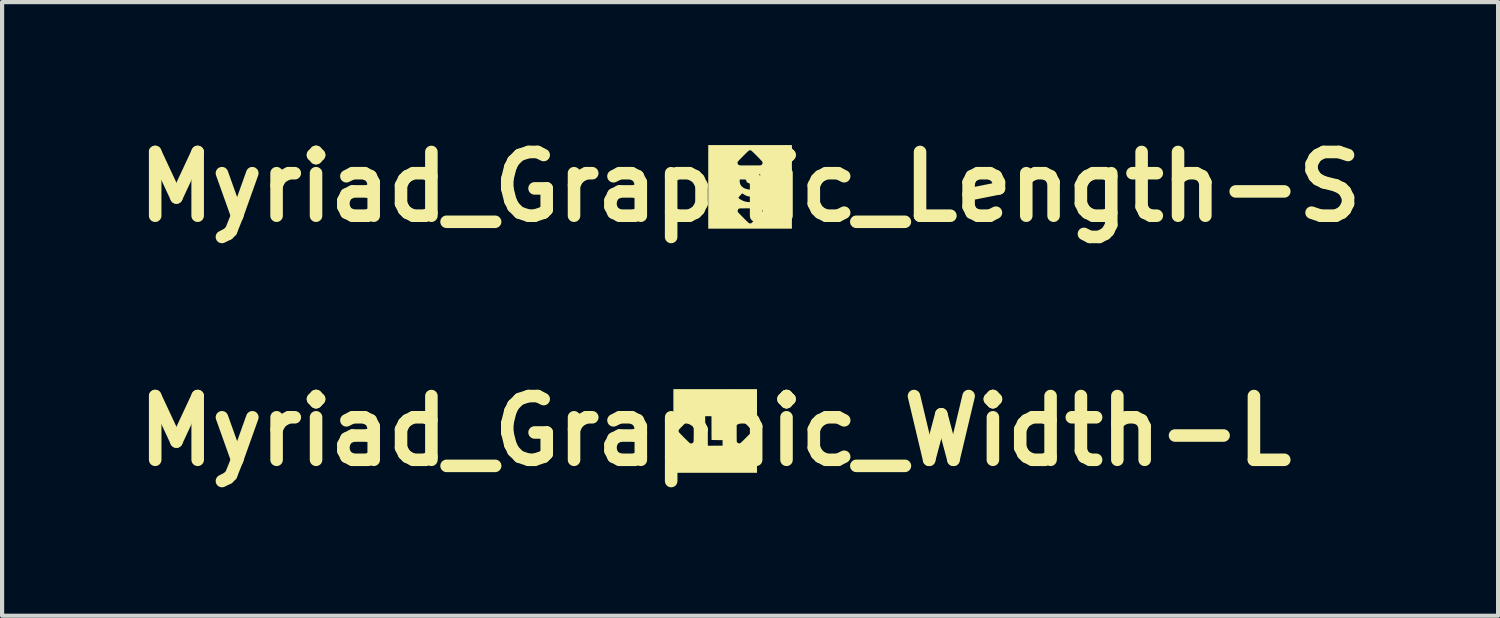
<source format=kicad_pcb>
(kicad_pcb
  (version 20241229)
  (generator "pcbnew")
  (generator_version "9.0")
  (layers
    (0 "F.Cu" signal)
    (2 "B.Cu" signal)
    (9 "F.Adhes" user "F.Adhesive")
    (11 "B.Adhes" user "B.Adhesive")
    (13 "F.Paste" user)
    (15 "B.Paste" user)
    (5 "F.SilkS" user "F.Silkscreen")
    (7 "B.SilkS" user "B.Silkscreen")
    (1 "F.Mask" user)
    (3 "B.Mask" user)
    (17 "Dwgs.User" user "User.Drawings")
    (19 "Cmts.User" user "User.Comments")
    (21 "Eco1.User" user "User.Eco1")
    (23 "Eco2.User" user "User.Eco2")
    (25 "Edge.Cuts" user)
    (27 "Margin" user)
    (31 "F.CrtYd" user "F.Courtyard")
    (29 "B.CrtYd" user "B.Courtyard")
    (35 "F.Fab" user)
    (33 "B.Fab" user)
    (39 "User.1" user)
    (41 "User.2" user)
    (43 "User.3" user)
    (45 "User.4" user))
  (footprint "Myriad_Graphic_Length-S"
    (layer "F.Cu")
    (at 14.884 1.418)
    (property "Reference" "Myriad_Graphic_Length-S" (at 0 0 0) (layer "F.SilkS") (effects (font (size 1.524 1.524) (thickness 0.3))))
    (attr exclude_from_pos_files exclude_from_bom)
    (fp_poly (pts (xy 1 1) (xy -1 1) (xy -1 0.583) (xy -0.296 0.583) (xy -0.292 0.599) (xy -0.289 0.604) (xy -0.281 0.613) (xy -0.271 0.625) (xy -0.257 0.64) (xy -0.241 0.657) (xy -0.222 0.676) (xy -0.202 0.696) (xy -0.181 0.717) (xy -0.16 0.739) (xy -0.138 0.761) (xy -0.117 0.782) (xy -0.097 0.801) (xy -0.078 0.82) (xy -0.061 0.836) (xy -0.047 0.849) (xy -0.035 0.86) (xy -0.027 0.866) (xy -0.023 0.869) (xy -0.005 0.874) (xy 0.013 0.873) (xy 0.027 0.869) (xy 0.032 0.865) (xy 0.041 0.858) (xy 0.053 0.846) (xy 0.069 0.831) (xy 0.089 0.812) (xy 0.113 0.788) (xy 0.141 0.76) (xy 0.164 0.737) (xy 0.192 0.708) (xy 0.216 0.684) (xy 0.237 0.663) (xy 0.253 0.646) (xy 0.267 0.631) (xy 0.278 0.619) (xy 0.286 0.609) (xy 0.292 0.601) (xy 0.296 0.594) (xy 0.298 0.588) (xy 0.299 0.582) (xy 0.3 0.576) (xy 0.299 0.571) (xy 0.299 0.568) (xy 0.294 0.549) (xy 0.284 0.534) (xy 0.269 0.523) (xy 0.251 0.516) (xy 0.24 0.514) (xy 0.233 0.514) (xy 0.222 0.514) (xy 0.204 0.513) (xy 0.183 0.513) (xy 0.157 0.513) (xy 0.127 0.513) (xy 0.095 0.513) (xy 0.06 0.513) (xy 0.023 0.513) (xy -0.016 0.513) (xy -0.017 0.513) (xy -0.062 0.513) (xy -0.1 0.513) (xy -0.134 0.514) (xy -0.162 0.514) (xy -0.186 0.514) (xy -0.206 0.514) (xy -0.221 0.515) (xy -0.234 0.515) (xy -0.244 0.516) (xy -0.251 0.516) (xy -0.257 0.517) (xy -0.26 0.518) (xy -0.263 0.519) (xy -0.264 0.519) (xy -0.279 0.531) (xy -0.29 0.546) (xy -0.296 0.564) (xy -0.296 0.583) (xy -1 0.583) (xy -1 0.258) (xy -0.278 0.258) (xy -0.276 0.264) (xy -0.269 0.273) (xy -0.258 0.282) (xy -0.244 0.292) (xy -0.227 0.303) (xy -0.208 0.314) (xy -0.187 0.324) (xy -0.166 0.334) (xy -0.146 0.342) (xy -0.141 0.343) (xy -0.123 0.349) (xy -0.105 0.353) (xy -0.085 0.357) (xy -0.064 0.361) (xy -0.046 0.363) (xy -0.023 0.364) (xy 0.002 0.364) (xy 0.028 0.364) (xy 0.053 0.362) (xy 0.075 0.359) (xy 0.091 0.357) (xy 0.11 0.352) (xy 0.126 0.347) (xy 0.141 0.341) (xy 0.158 0.334) (xy 0.164 0.331) (xy 0.192 0.314) (xy 0.218 0.292) (xy 0.24 0.266) (xy 0.257 0.237) (xy 0.268 0.212) (xy 0.271 0.2) (xy 0.274 0.19) (xy 0.275 0.179) (xy 0.276 0.167) (xy 0.276 0.15) (xy 0.276 0.144) (xy 0.276 0.121) (xy 0.275 0.104) (xy 0.273 0.089) (xy 0.271 0.082) (xy 0.259 0.049) (xy 0.244 0.021) (xy 0.223 -0.003) (xy 0.205 -0.018) (xy 0.189 -0.029) (xy 0.172 -0.039) (xy 0.155 -0.047) (xy 0.136 -0.054) (xy 0.113 -0.06) (xy 0.087 -0.066) (xy 0.055 -0.072) (xy 0.046 -0.073) (xy 0.019 -0.078) (xy -0.002 -0.082) (xy -0.019 -0.086) (xy -0.032 -0.089) (xy -0.043 -0.093) (xy -0.052 -0.097) (xy -0.06 -0.101) (xy -0.064 -0.104) (xy -0.079 -0.117) (xy -0.088 -0.132) (xy -0.091 -0.15) (xy -0.092 -0.156) (xy -0.089 -0.177) (xy -0.081 -0.196) (xy -0.068 -0.21) (xy -0.049 -0.222) (xy -0.035 -0.227) (xy -0.024 -0.23) (xy -0.011 -0.231) (xy 0.004 -0.231) (xy 0.015 -0.23) (xy 0.041 -0.228) (xy 0.064 -0.224) (xy 0.088 -0.217) (xy 0.112 -0.207) (xy 0.139 -0.194) (xy 0.153 -0.186) (xy 0.163 -0.18) (xy 0.17 -0.178) (xy 0.174 -0.177) (xy 0.177 -0.179) (xy 0.178 -0.18) (xy 0.182 -0.184) (xy 0.189 -0.193) (xy 0.197 -0.205) (xy 0.206 -0.218) (xy 0.215 -0.233) (xy 0.225 -0.247) (xy 0.233 -0.26) (xy 0.24 -0.272) (xy 0.245 -0.28) (xy 0.247 -0.284) (xy 0.247 -0.284) (xy 0.244 -0.289) (xy 0.237 -0.295) (xy 0.226 -0.303) (xy 0.212 -0.312) (xy 0.197 -0.32) (xy 0.181 -0.328) (xy 0.137 -0.345) (xy 0.089 -0.357) (xy 0.04 -0.364) (xy -0.01 -0.365) (xy -0.013 -0.365) (xy -0.051 -0.361) (xy -0.085 -0.355) (xy -0.115 -0.346) (xy -0.143 -0.333) (xy -0.161 -0.322) (xy -0.188 -0.299) (xy -0.211 -0.273) (xy -0.229 -0.244) (xy -0.24 -0.217) (xy -0.243 -0.206) (xy -0.246 -0.196) (xy -0.247 -0.185) (xy -0.248 -0.172) (xy -0.248 -0.154) (xy -0.248 -0.15) (xy -0.248 -0.131) (xy -0.248 -0.117) (xy -0.246 -0.106) (xy -0.244 -0.096) (xy -0.241 -0.085) (xy -0.241 -0.084) (xy -0.229 -0.054) (xy -0.214 -0.028) (xy -0.194 -0.006) (xy -0.168 0.014) (xy -0.167 0.015) (xy -0.15 0.026) (xy -0.133 0.035) (xy -0.113 0.042) (xy -0.092 0.049) (xy -0.067 0.056) (xy -0.037 0.061) (xy -0.003 0.067) (xy 0.005 0.069) (xy 0.037 0.074) (xy 0.063 0.081) (xy 0.083 0.089) (xy 0.099 0.099) (xy 0.11 0.11) (xy 0.116 0.124) (xy 0.119 0.14) (xy 0.12 0.149) (xy 0.117 0.17) (xy 0.108 0.189) (xy 0.094 0.205) (xy 0.075 0.217) (xy 0.059 0.224) (xy 0.045 0.227) (xy 0.027 0.229) (xy 0.006 0.23) (xy -0.015 0.229) (xy -0.036 0.228) (xy -0.053 0.225) (xy -0.056 0.224) (xy -0.077 0.217) (xy -0.101 0.207) (xy -0.125 0.194) (xy -0.148 0.181) (xy -0.159 0.174) (xy -0.17 0.166) (xy -0.18 0.16) (xy -0.186 0.157) (xy -0.188 0.156) (xy -0.191 0.159) (xy -0.198 0.165) (xy -0.207 0.174) (xy -0.218 0.186) (xy -0.229 0.199) (xy -0.241 0.212) (xy -0.252 0.226) (xy -0.263 0.238) (xy -0.271 0.248) (xy -0.276 0.255) (xy -0.278 0.258) (xy -1 0.258) (xy -1 -0.579) (xy -0.3 -0.579) (xy -0.3 -0.573) (xy -0.299 -0.568) (xy -0.294 -0.55) (xy -0.284 -0.535) (xy -0.27 -0.523) (xy -0.252 -0.516) (xy -0.251 -0.515) (xy -0.245 -0.515) (xy -0.234 -0.515) (xy -0.218 -0.514) (xy -0.198 -0.514) (xy -0.173 -0.514) (xy -0.146 -0.513) (xy -0.115 -0.513) (xy -0.083 -0.513) (xy -0.049 -0.513) (xy -0.015 -0.513) (xy 0.02 -0.513) (xy 0.054 -0.513) (xy 0.088 -0.513) (xy 0.12 -0.513) (xy 0.15 -0.513) (xy 0.177 -0.514) (xy 0.2 -0.514) (xy 0.22 -0.514) (xy 0.235 -0.515) (xy 0.245 -0.515) (xy 0.249 -0.515) (xy 0.267 -0.522) (xy 0.282 -0.532) (xy 0.292 -0.546) (xy 0.298 -0.562) (xy 0.299 -0.58) (xy 0.294 -0.598) (xy 0.291 -0.603) (xy 0.283 -0.612) (xy 0.272 -0.625) (xy 0.258 -0.64) (xy 0.241 -0.658) (xy 0.223 -0.678) (xy 0.203 -0.698) (xy 0.182 -0.72) (xy 0.16 -0.742) (xy 0.138 -0.764) (xy 0.117 -0.785) (xy 0.097 -0.804) (xy 0.079 -0.822) (xy 0.062 -0.838) (xy 0.048 -0.851) (xy 0.037 -0.861) (xy 0.029 -0.867) (xy 0.027 -0.869) (xy 0.009 -0.874) (xy -0.01 -0.874) (xy -0.027 -0.869) (xy -0.032 -0.865) (xy -0.042 -0.857) (xy -0.056 -0.844) (xy -0.074 -0.827) (xy -0.096 -0.805) (xy -0.123 -0.779) (xy -0.154 -0.748) (xy -0.166 -0.736) (xy -0.194 -0.707) (xy -0.218 -0.683) (xy -0.238 -0.663) (xy -0.254 -0.646) (xy -0.268 -0.632) (xy -0.278 -0.62) (xy -0.286 -0.61) (xy -0.292 -0.602) (xy -0.296 -0.595) (xy -0.299 -0.589) (xy -0.3 -0.584) (xy -0.3 -0.579) (xy -1 -0.579) (xy -1 -1) (xy 1 -1)) (stroke (width 0) (type solid)) (fill yes) (layer "F.SilkS")))
  (footprint "Myriad_Graphic_Width-L"
    (layer "F.Cu")
    (at 14.05 7.254)
    (property "Reference" "Myriad_Graphic_Width-L" (at 0 0 0) (layer "F.SilkS") (effects (font (size 1.524 1.524) (thickness 0.3))))
    (attr exclude_from_pos_files exclude_from_bom)
    (fp_poly (pts (xy 1 1) (xy -1 1) (xy -1 -0.009) (xy -0.874 -0.009) (xy -0.874 0.01) (xy -0.869 0.027) (xy -0.866 0.031) (xy -0.858 0.04) (xy -0.847 0.052) (xy -0.833 0.067) (xy -0.817 0.084) (xy -0.798 0.103) (xy -0.778 0.123) (xy -0.757 0.145) (xy -0.736 0.166) (xy -0.714 0.188) (xy -0.693 0.208) (xy -0.673 0.228) (xy -0.654 0.246) (xy -0.637 0.262) (xy -0.623 0.276) (xy -0.612 0.286) (xy -0.604 0.293) (xy -0.6 0.295) (xy -0.588 0.298) (xy -0.573 0.299) (xy -0.558 0.297) (xy -0.546 0.292) (xy -0.545 0.292) (xy -0.532 0.281) (xy -0.521 0.266) (xy -0.519 0.264) (xy -0.518 0.262) (xy -0.518 0.259) (xy -0.517 0.255) (xy -0.516 0.249) (xy -0.516 0.241) (xy -0.515 0.231) (xy -0.515 0.218) (xy -0.514 0.201) (xy -0.514 0.181) (xy -0.514 0.17) (xy -0.24 0.17) (xy -0.24 0.207) (xy -0.24 0.24) (xy -0.24 0.27) (xy -0.24 0.296) (xy -0.24 0.317) (xy -0.24 0.333) (xy -0.239 0.344) (xy -0.239 0.349) (xy -0.239 0.349) (xy -0.238 0.35) (xy -0.234 0.351) (xy -0.227 0.351) (xy -0.217 0.352) (xy -0.203 0.352) (xy -0.186 0.352) (xy -0.164 0.352) (xy -0.137 0.353) (xy -0.106 0.353) (xy -0.069 0.353) (xy -0.026 0.352) (xy 0.001 0.352) (xy 0.239 0.352) (xy 0.239 0.22) (xy 0.077 0.219) (xy 0.045 0.218) (xy 0.016 0.218) (xy -0.011 0.218) (xy -0.034 0.217) (xy -0.054 0.217) (xy -0.07 0.217) (xy -0.081 0.217) (xy -0.086 0.216) (xy -0.087 0.216) (xy -0.087 0.213) (xy -0.087 0.204) (xy -0.087 0.19) (xy -0.087 0.171) (xy -0.087 0.147) (xy -0.088 0.119) (xy -0.088 0.088) (xy -0.088 0.053) (xy -0.088 0.016) (xy -0.088 0) (xy 0.514 0) (xy 0.514 0.046) (xy 0.514 0.086) (xy 0.514 0.121) (xy 0.514 0.151) (xy 0.514 0.177) (xy 0.515 0.198) (xy 0.515 0.215) (xy 0.515 0.229) (xy 0.516 0.24) (xy 0.516 0.248) (xy 0.517 0.254) (xy 0.517 0.259) (xy 0.518 0.262) (xy 0.519 0.264) (xy 0.519 0.264) (xy 0.531 0.279) (xy 0.546 0.29) (xy 0.564 0.296) (xy 0.583 0.296) (xy 0.599 0.292) (xy 0.604 0.289) (xy 0.613 0.281) (xy 0.625 0.271) (xy 0.64 0.257) (xy 0.657 0.24) (xy 0.676 0.222) (xy 0.696 0.202) (xy 0.718 0.181) (xy 0.739 0.16) (xy 0.761 0.138) (xy 0.782 0.117) (xy 0.801 0.097) (xy 0.82 0.078) (xy 0.836 0.061) (xy 0.849 0.047) (xy 0.86 0.035) (xy 0.866 0.027) (xy 0.869 0.023) (xy 0.874 0.005) (xy 0.873 -0.013) (xy 0.869 -0.027) (xy 0.865 -0.032) (xy 0.857 -0.042) (xy 0.846 -0.054) (xy 0.831 -0.069) (xy 0.814 -0.087) (xy 0.795 -0.106) (xy 0.775 -0.127) (xy 0.754 -0.148) (xy 0.732 -0.17) (xy 0.71 -0.191) (xy 0.689 -0.212) (xy 0.668 -0.231) (xy 0.65 -0.249) (xy 0.633 -0.265) (xy 0.619 -0.277) (xy 0.607 -0.287) (xy 0.6 -0.293) (xy 0.597 -0.295) (xy 0.579 -0.299) (xy 0.562 -0.298) (xy 0.545 -0.292) (xy 0.531 -0.28) (xy 0.523 -0.269) (xy 0.514 -0.255) (xy 0.514 0) (xy -0.088 0) (xy -0.088 -0.024) (xy -0.088 -0.065) (xy -0.088 -0.068) (xy -0.089 -0.352) (xy -0.239 -0.352) (xy -0.24 -0.003) (xy -0.24 0.043) (xy -0.24 0.088) (xy -0.24 0.13) (xy -0.24 0.17) (xy -0.514 0.17) (xy -0.514 0.156) (xy -0.514 0.127) (xy -0.513 0.093) (xy -0.513 0.053) (xy -0.513 0.017) (xy -0.513 -0.021) (xy -0.513 -0.058) (xy -0.513 -0.094) (xy -0.513 -0.126) (xy -0.513 -0.156) (xy -0.513 -0.182) (xy -0.513 -0.204) (xy -0.514 -0.221) (xy -0.514 -0.233) (xy -0.514 -0.24) (xy -0.514 -0.24) (xy -0.519 -0.26) (xy -0.528 -0.277) (xy -0.541 -0.289) (xy -0.558 -0.297) (xy -0.568 -0.299) (xy -0.574 -0.3) (xy -0.58 -0.3) (xy -0.586 -0.299) (xy -0.592 -0.297) (xy -0.598 -0.294) (xy -0.606 -0.288) (xy -0.615 -0.281) (xy -0.627 -0.272) (xy -0.64 -0.259) (xy -0.656 -0.244) (xy -0.676 -0.225) (xy -0.698 -0.203) (xy -0.725 -0.176) (xy -0.738 -0.163) (xy -0.77 -0.132) (xy -0.797 -0.104) (xy -0.82 -0.081) (xy -0.838 -0.062) (xy -0.852 -0.047) (xy -0.862 -0.036) (xy -0.868 -0.029) (xy -0.869 -0.027) (xy -0.874 -0.009) (xy -1 -0.009) (xy -1 -1) (xy 1 -1)) (stroke (width 0) (type solid)) (fill yes) (layer "F.SilkS")))
  (gr_rect
    (start -3 -3)
    (end 32.769 11.672)
    (stroke (width 0.1) (type default))
    (fill no)
    (layer "Edge.Cuts")))
</source>
